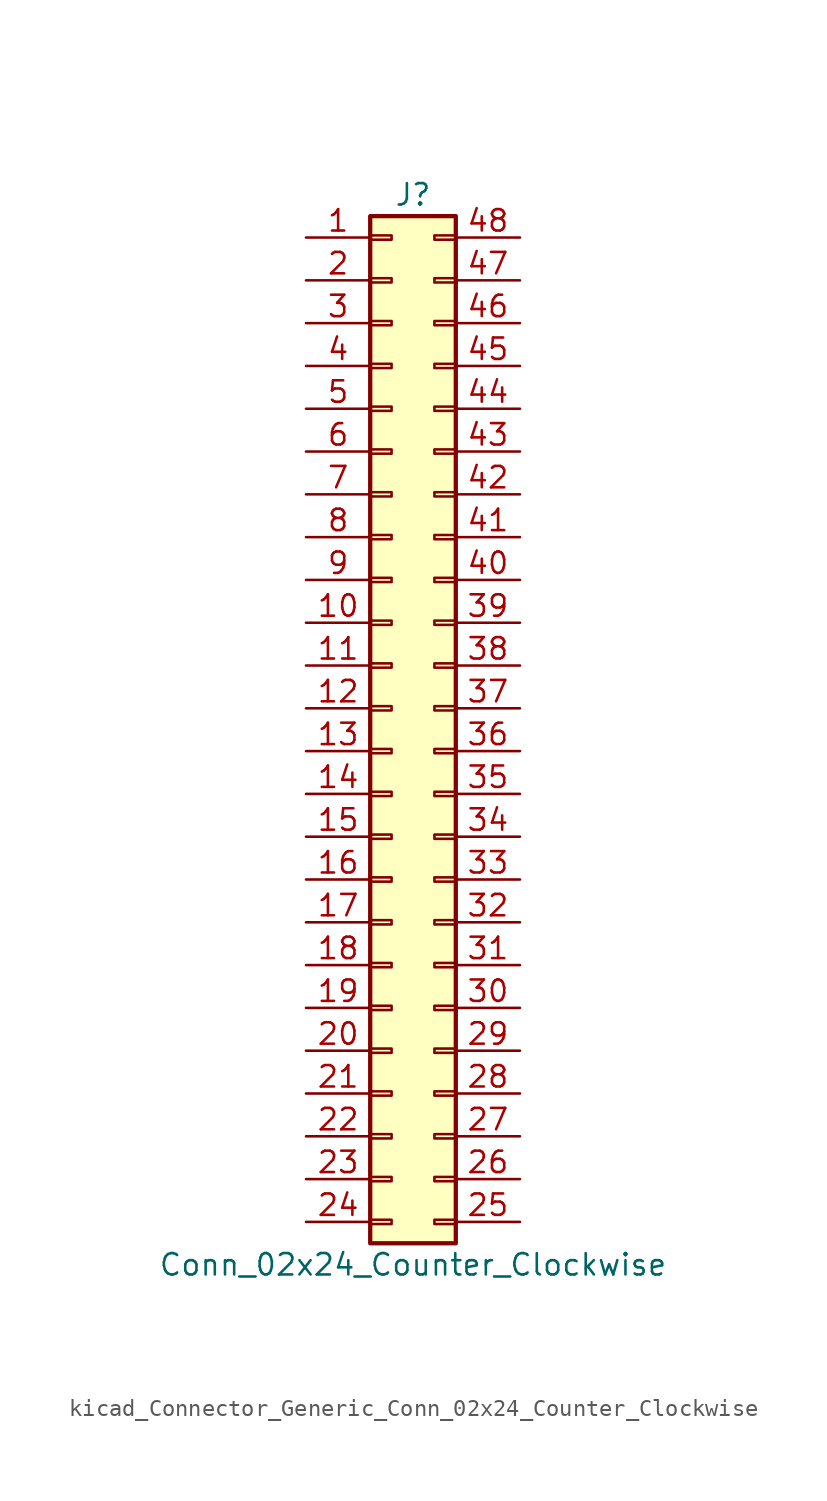
<source format=kicad_sym>
(kicad_symbol_lib
  (version 20220914)
  (generator kicad_symbol_editor)
  (symbol "kicad_Connector_Generic_Conn_02x24_Counter_Clockwise"
    (pin_names
      (offset 1.016) hide)
    (property "Reference" "J"
      (at 1.27 30.48 0)
      (effects (font (size 1.27 1.27))))
    (property "Value" "Conn_02x24_Counter_Clockwise"
      (at 1.27 -33.02 0)
      (effects (font (size 1.27 1.27))))
    (symbol "kicad_Connector_Generic_Conn_02x24_Counter_Clockwise_1_1"
      (rectangle (start -1.27 -30.353) (end 0 -30.607) (stroke (width 0.152) (type default)) (fill (type none)))
      (rectangle (start -1.27 -27.813) (end 0 -28.067) (stroke (width 0.152) (type default)) (fill (type none)))
      (rectangle (start -1.27 -25.273) (end 0 -25.527) (stroke (width 0.152) (type default)) (fill (type none)))
      (rectangle (start -1.27 -22.733) (end 0 -22.987) (stroke (width 0.152) (type default)) (fill (type none)))
      (rectangle (start -1.27 -20.193) (end 0 -20.447) (stroke (width 0.152) (type default)) (fill (type none)))
      (rectangle (start -1.27 -17.653) (end 0 -17.907) (stroke (width 0.152) (type default)) (fill (type none)))
      (rectangle (start -1.27 -15.113) (end 0 -15.367) (stroke (width 0.152) (type default)) (fill (type none)))
      (rectangle (start -1.27 -12.573) (end 0 -12.827) (stroke (width 0.152) (type default)) (fill (type none)))
      (rectangle (start -1.27 -10.033) (end 0 -10.287) (stroke (width 0.152) (type default)) (fill (type none)))
      (rectangle (start -1.27 -7.493) (end 0 -7.747) (stroke (width 0.152) (type default)) (fill (type none)))
      (rectangle (start -1.27 -4.953) (end 0 -5.207) (stroke (width 0.152) (type default)) (fill (type none)))
      (rectangle (start -1.27 -2.413) (end 0 -2.667) (stroke (width 0.152) (type default)) (fill (type none)))
      (rectangle (start -1.27 0.127) (end 0 -0.127) (stroke (width 0.152) (type default)) (fill (type none)))
      (rectangle (start -1.27 2.667) (end 0 2.413) (stroke (width 0.152) (type default)) (fill (type none)))
      (rectangle (start -1.27 5.207) (end 0 4.953) (stroke (width 0.152) (type default)) (fill (type none)))
      (rectangle (start -1.27 7.747) (end 0 7.493) (stroke (width 0.152) (type default)) (fill (type none)))
      (rectangle (start -1.27 10.287) (end 0 10.033) (stroke (width 0.152) (type default)) (fill (type none)))
      (rectangle (start -1.27 12.827) (end 0 12.573) (stroke (width 0.152) (type default)) (fill (type none)))
      (rectangle (start -1.27 15.367) (end 0 15.113) (stroke (width 0.152) (type default)) (fill (type none)))
      (rectangle (start -1.27 17.907) (end 0 17.653) (stroke (width 0.152) (type default)) (fill (type none)))
      (rectangle (start -1.27 20.447) (end 0 20.193) (stroke (width 0.152) (type default)) (fill (type none)))
      (rectangle (start -1.27 22.987) (end 0 22.733) (stroke (width 0.152) (type default)) (fill (type none)))
      (rectangle (start -1.27 25.527) (end 0 25.273) (stroke (width 0.152) (type default)) (fill (type none)))
      (rectangle (start -1.27 28.067) (end 0 27.813) (stroke (width 0.152) (type default)) (fill (type none)))
      (rectangle (start -1.27 29.21) (end 3.81 -31.75) (stroke (width 0.254) (type default)) (fill (type background)))
      (rectangle (start 3.81 -30.353) (end 2.54 -30.607) (stroke (width 0.152) (type default)) (fill (type none)))
      (rectangle (start 3.81 -27.813) (end 2.54 -28.067) (stroke (width 0.152) (type default)) (fill (type none)))
      (rectangle (start 3.81 -25.273) (end 2.54 -25.527) (stroke (width 0.152) (type default)) (fill (type none)))
      (rectangle (start 3.81 -22.733) (end 2.54 -22.987) (stroke (width 0.152) (type default)) (fill (type none)))
      (rectangle (start 3.81 -20.193) (end 2.54 -20.447) (stroke (width 0.152) (type default)) (fill (type none)))
      (rectangle (start 3.81 -17.653) (end 2.54 -17.907) (stroke (width 0.152) (type default)) (fill (type none)))
      (rectangle (start 3.81 -15.113) (end 2.54 -15.367) (stroke (width 0.152) (type default)) (fill (type none)))
      (rectangle (start 3.81 -12.573) (end 2.54 -12.827) (stroke (width 0.152) (type default)) (fill (type none)))
      (rectangle (start 3.81 -10.033) (end 2.54 -10.287) (stroke (width 0.152) (type default)) (fill (type none)))
      (rectangle (start 3.81 -7.493) (end 2.54 -7.747) (stroke (width 0.152) (type default)) (fill (type none)))
      (rectangle (start 3.81 -4.953) (end 2.54 -5.207) (stroke (width 0.152) (type default)) (fill (type none)))
      (rectangle (start 3.81 -2.413) (end 2.54 -2.667) (stroke (width 0.152) (type default)) (fill (type none)))
      (rectangle (start 3.81 0.127) (end 2.54 -0.127) (stroke (width 0.152) (type default)) (fill (type none)))
      (rectangle (start 3.81 2.667) (end 2.54 2.413) (stroke (width 0.152) (type default)) (fill (type none)))
      (rectangle (start 3.81 5.207) (end 2.54 4.953) (stroke (width 0.152) (type default)) (fill (type none)))
      (rectangle (start 3.81 7.747) (end 2.54 7.493) (stroke (width 0.152) (type default)) (fill (type none)))
      (rectangle (start 3.81 10.287) (end 2.54 10.033) (stroke (width 0.152) (type default)) (fill (type none)))
      (rectangle (start 3.81 12.827) (end 2.54 12.573) (stroke (width 0.152) (type default)) (fill (type none)))
      (rectangle (start 3.81 15.367) (end 2.54 15.113) (stroke (width 0.152) (type default)) (fill (type none)))
      (rectangle (start 3.81 17.907) (end 2.54 17.653) (stroke (width 0.152) (type default)) (fill (type none)))
      (rectangle (start 3.81 20.447) (end 2.54 20.193) (stroke (width 0.152) (type default)) (fill (type none)))
      (rectangle (start 3.81 22.987) (end 2.54 22.733) (stroke (width 0.152) (type default)) (fill (type none)))
      (rectangle (start 3.81 25.527) (end 2.54 25.273) (stroke (width 0.152) (type default)) (fill (type none)))
      (rectangle (start 3.81 28.067) (end 2.54 27.813) (stroke (width 0.152) (type default)) (fill (type none)))
      (pin passive line (at -5.08 27.94 0) (length 3.81) (name "Pin_1" (effects (font (size 1.27 1.27)))) (number "1" (effects (font (size 1.27 1.27)))))
      (pin passive line (at -5.08 5.08 0) (length 3.81) (name "Pin_10" (effects (font (size 1.27 1.27)))) (number "10" (effects (font (size 1.27 1.27)))))
      (pin passive line (at -5.08 2.54 0) (length 3.81) (name "Pin_11" (effects (font (size 1.27 1.27)))) (number "11" (effects (font (size 1.27 1.27)))))
      (pin passive line (at -5.08 0 0) (length 3.81) (name "Pin_12" (effects (font (size 1.27 1.27)))) (number "12" (effects (font (size 1.27 1.27)))))
      (pin passive line (at -5.08 -2.54 0) (length 3.81) (name "Pin_13" (effects (font (size 1.27 1.27)))) (number "13" (effects (font (size 1.27 1.27)))))
      (pin passive line (at -5.08 -5.08 0) (length 3.81) (name "Pin_14" (effects (font (size 1.27 1.27)))) (number "14" (effects (font (size 1.27 1.27)))))
      (pin passive line (at -5.08 -7.62 0) (length 3.81) (name "Pin_15" (effects (font (size 1.27 1.27)))) (number "15" (effects (font (size 1.27 1.27)))))
      (pin passive line (at -5.08 -10.16 0) (length 3.81) (name "Pin_16" (effects (font (size 1.27 1.27)))) (number "16" (effects (font (size 1.27 1.27)))))
      (pin passive line (at -5.08 -12.7 0) (length 3.81) (name "Pin_17" (effects (font (size 1.27 1.27)))) (number "17" (effects (font (size 1.27 1.27)))))
      (pin passive line (at -5.08 -15.24 0) (length 3.81) (name "Pin_18" (effects (font (size 1.27 1.27)))) (number "18" (effects (font (size 1.27 1.27)))))
      (pin passive line (at -5.08 -17.78 0) (length 3.81) (name "Pin_19" (effects (font (size 1.27 1.27)))) (number "19" (effects (font (size 1.27 1.27)))))
      (pin passive line (at -5.08 25.4 0) (length 3.81) (name "Pin_2" (effects (font (size 1.27 1.27)))) (number "2" (effects (font (size 1.27 1.27)))))
      (pin passive line (at -5.08 -20.32 0) (length 3.81) (name "Pin_20" (effects (font (size 1.27 1.27)))) (number "20" (effects (font (size 1.27 1.27)))))
      (pin passive line (at -5.08 -22.86 0) (length 3.81) (name "Pin_21" (effects (font (size 1.27 1.27)))) (number "21" (effects (font (size 1.27 1.27)))))
      (pin passive line (at -5.08 -25.4 0) (length 3.81) (name "Pin_22" (effects (font (size 1.27 1.27)))) (number "22" (effects (font (size 1.27 1.27)))))
      (pin passive line (at -5.08 -27.94 0) (length 3.81) (name "Pin_23" (effects (font (size 1.27 1.27)))) (number "23" (effects (font (size 1.27 1.27)))))
      (pin passive line (at -5.08 -30.48 0) (length 3.81) (name "Pin_24" (effects (font (size 1.27 1.27)))) (number "24" (effects (font (size 1.27 1.27)))))
      (pin passive line (at 7.62 -30.48 180) (length 3.81) (name "Pin_25" (effects (font (size 1.27 1.27)))) (number "25" (effects (font (size 1.27 1.27)))))
      (pin passive line (at 7.62 -27.94 180) (length 3.81) (name "Pin_26" (effects (font (size 1.27 1.27)))) (number "26" (effects (font (size 1.27 1.27)))))
      (pin passive line (at 7.62 -25.4 180) (length 3.81) (name "Pin_27" (effects (font (size 1.27 1.27)))) (number "27" (effects (font (size 1.27 1.27)))))
      (pin passive line (at 7.62 -22.86 180) (length 3.81) (name "Pin_28" (effects (font (size 1.27 1.27)))) (number "28" (effects (font (size 1.27 1.27)))))
      (pin passive line (at 7.62 -20.32 180) (length 3.81) (name "Pin_29" (effects (font (size 1.27 1.27)))) (number "29" (effects (font (size 1.27 1.27)))))
      (pin passive line (at -5.08 22.86 0) (length 3.81) (name "Pin_3" (effects (font (size 1.27 1.27)))) (number "3" (effects (font (size 1.27 1.27)))))
      (pin passive line (at 7.62 -17.78 180) (length 3.81) (name "Pin_30" (effects (font (size 1.27 1.27)))) (number "30" (effects (font (size 1.27 1.27)))))
      (pin passive line (at 7.62 -15.24 180) (length 3.81) (name "Pin_31" (effects (font (size 1.27 1.27)))) (number "31" (effects (font (size 1.27 1.27)))))
      (pin passive line (at 7.62 -12.7 180) (length 3.81) (name "Pin_32" (effects (font (size 1.27 1.27)))) (number "32" (effects (font (size 1.27 1.27)))))
      (pin passive line (at 7.62 -10.16 180) (length 3.81) (name "Pin_33" (effects (font (size 1.27 1.27)))) (number "33" (effects (font (size 1.27 1.27)))))
      (pin passive line (at 7.62 -7.62 180) (length 3.81) (name "Pin_34" (effects (font (size 1.27 1.27)))) (number "34" (effects (font (size 1.27 1.27)))))
      (pin passive line (at 7.62 -5.08 180) (length 3.81) (name "Pin_35" (effects (font (size 1.27 1.27)))) (number "35" (effects (font (size 1.27 1.27)))))
      (pin passive line (at 7.62 -2.54 180) (length 3.81) (name "Pin_36" (effects (font (size 1.27 1.27)))) (number "36" (effects (font (size 1.27 1.27)))))
      (pin passive line (at 7.62 0 180) (length 3.81) (name "Pin_37" (effects (font (size 1.27 1.27)))) (number "37" (effects (font (size 1.27 1.27)))))
      (pin passive line (at 7.62 2.54 180) (length 3.81) (name "Pin_38" (effects (font (size 1.27 1.27)))) (number "38" (effects (font (size 1.27 1.27)))))
      (pin passive line (at 7.62 5.08 180) (length 3.81) (name "Pin_39" (effects (font (size 1.27 1.27)))) (number "39" (effects (font (size 1.27 1.27)))))
      (pin passive line (at -5.08 20.32 0) (length 3.81) (name "Pin_4" (effects (font (size 1.27 1.27)))) (number "4" (effects (font (size 1.27 1.27)))))
      (pin passive line (at 7.62 7.62 180) (length 3.81) (name "Pin_40" (effects (font (size 1.27 1.27)))) (number "40" (effects (font (size 1.27 1.27)))))
      (pin passive line (at 7.62 10.16 180) (length 3.81) (name "Pin_41" (effects (font (size 1.27 1.27)))) (number "41" (effects (font (size 1.27 1.27)))))
      (pin passive line (at 7.62 12.7 180) (length 3.81) (name "Pin_42" (effects (font (size 1.27 1.27)))) (number "42" (effects (font (size 1.27 1.27)))))
      (pin passive line (at 7.62 15.24 180) (length 3.81) (name "Pin_43" (effects (font (size 1.27 1.27)))) (number "43" (effects (font (size 1.27 1.27)))))
      (pin passive line (at 7.62 17.78 180) (length 3.81) (name "Pin_44" (effects (font (size 1.27 1.27)))) (number "44" (effects (font (size 1.27 1.27)))))
      (pin passive line (at 7.62 20.32 180) (length 3.81) (name "Pin_45" (effects (font (size 1.27 1.27)))) (number "45" (effects (font (size 1.27 1.27)))))
      (pin passive line (at 7.62 22.86 180) (length 3.81) (name "Pin_46" (effects (font (size 1.27 1.27)))) (number "46" (effects (font (size 1.27 1.27)))))
      (pin passive line (at 7.62 25.4 180) (length 3.81) (name "Pin_47" (effects (font (size 1.27 1.27)))) (number "47" (effects (font (size 1.27 1.27)))))
      (pin passive line (at 7.62 27.94 180) (length 3.81) (name "Pin_48" (effects (font (size 1.27 1.27)))) (number "48" (effects (font (size 1.27 1.27)))))
      (pin passive line (at -5.08 17.78 0) (length 3.81) (name "Pin_5" (effects (font (size 1.27 1.27)))) (number "5" (effects (font (size 1.27 1.27)))))
      (pin passive line (at -5.08 15.24 0) (length 3.81) (name "Pin_6" (effects (font (size 1.27 1.27)))) (number "6" (effects (font (size 1.27 1.27)))))
      (pin passive line (at -5.08 12.7 0) (length 3.81) (name "Pin_7" (effects (font (size 1.27 1.27)))) (number "7" (effects (font (size 1.27 1.27)))))
      (pin passive line (at -5.08 10.16 0) (length 3.81) (name "Pin_8" (effects (font (size 1.27 1.27)))) (number "8" (effects (font (size 1.27 1.27)))))
      (pin passive line (at -5.08 7.62 0) (length 3.81) (name "Pin_9" (effects (font (size 1.27 1.27)))) (number "9" (effects (font (size 1.27 1.27))))))))
</source>
